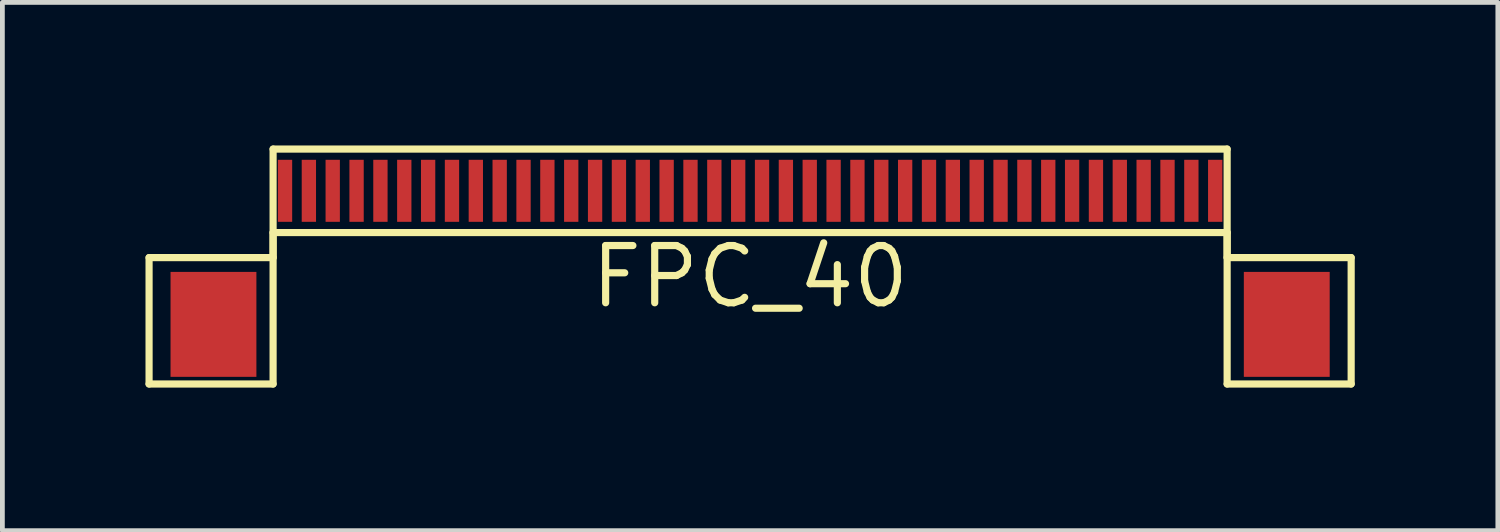
<source format=kicad_pcb>
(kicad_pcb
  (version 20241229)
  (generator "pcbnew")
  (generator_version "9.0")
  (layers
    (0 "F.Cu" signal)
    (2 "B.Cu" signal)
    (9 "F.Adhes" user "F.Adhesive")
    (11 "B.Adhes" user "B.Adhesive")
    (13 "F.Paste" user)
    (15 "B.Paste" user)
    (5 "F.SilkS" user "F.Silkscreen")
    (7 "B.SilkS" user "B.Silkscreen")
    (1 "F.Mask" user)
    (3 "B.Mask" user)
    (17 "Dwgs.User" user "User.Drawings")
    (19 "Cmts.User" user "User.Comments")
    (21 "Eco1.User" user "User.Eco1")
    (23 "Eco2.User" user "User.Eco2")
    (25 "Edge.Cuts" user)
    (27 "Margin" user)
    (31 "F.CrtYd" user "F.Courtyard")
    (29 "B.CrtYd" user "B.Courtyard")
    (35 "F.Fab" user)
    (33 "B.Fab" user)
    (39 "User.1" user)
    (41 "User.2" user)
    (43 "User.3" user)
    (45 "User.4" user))
  (footprint "FPC_40"
    (layer "F.Cu")
    (at 12.675 0.95)
    (property "Reference" "FPC_40" (at 0 1.8 0) (layer "F.SilkS") (effects (font (size 1.2 1.2) (thickness 0.15))))
    (attr through_hole)
    (fp_line (start -12.6 1.4) (end -10 1.4) (stroke (width 0.15) (type solid)) (layer "F.SilkS"))
    (fp_line (start -12.6 4.05) (end -12.6 1.4) (stroke (width 0.15) (type solid)) (layer "F.SilkS"))
    (fp_line (start -10 -0.875) (end 10 -0.875) (stroke (width 0.15) (type solid)) (layer "F.SilkS"))
    (fp_line (start -10 0.875) (end -10 4.05) (stroke (width 0.15) (type solid)) (layer "F.SilkS"))
    (fp_line (start -10 0.875) (end 10 0.875) (stroke (width 0.15) (type solid)) (layer "F.SilkS"))
    (fp_line (start -10 1.4) (end -10 -0.875) (stroke (width 0.15) (type solid)) (layer "F.SilkS"))
    (fp_line (start -10 4.05) (end -12.6 4.05) (stroke (width 0.15) (type solid)) (layer "F.SilkS"))
    (fp_line (start 10 0.875) (end 10 4.05) (stroke (width 0.15) (type solid)) (layer "F.SilkS"))
    (fp_line (start 10 1.4) (end 10 -0.875) (stroke (width 0.15) (type solid)) (layer "F.SilkS"))
    (fp_line (start 10 4.05) (end 12.6 4.05) (stroke (width 0.15) (type solid)) (layer "F.SilkS"))
    (fp_line (start 12.6 1.4) (end 10 1.4) (stroke (width 0.15) (type solid)) (layer "F.SilkS"))
    (fp_line (start 12.6 4.05) (end 12.6 1.4) (stroke (width 0.15) (type solid)) (layer "F.SilkS"))
    (pad "0" smd rect (at -11.25 2.8) (size 1.8 2.2) (layers "F.Cu" "F.Mask" "F.Paste"))
    (pad "0" smd rect (at 11.25 2.8) (size 1.8 2.2) (layers "F.Cu" "F.Mask" "F.Paste"))
    (pad "1" smd rect (at -9.75 0) (size 0.3 1.3) (layers "F.Cu" "F.Mask" "F.Paste"))
    (pad "2" smd rect (at -9.25 0) (size 0.3 1.3) (layers "F.Cu" "F.Mask" "F.Paste"))
    (pad "3" smd rect (at -8.75 0) (size 0.3 1.3) (layers "F.Cu" "F.Mask" "F.Paste"))
    (pad "4" smd rect (at -8.25 0) (size 0.3 1.3) (layers "F.Cu" "F.Mask" "F.Paste"))
    (pad "5" smd rect (at -7.75 0) (size 0.3 1.3) (layers "F.Cu" "F.Mask" "F.Paste"))
    (pad "6" smd rect (at -7.25 0) (size 0.3 1.3) (layers "F.Cu" "F.Mask" "F.Paste"))
    (pad "7" smd rect (at -6.75 0) (size 0.3 1.3) (layers "F.Cu" "F.Mask" "F.Paste"))
    (pad "8" smd rect (at -6.25 0) (size 0.3 1.3) (layers "F.Cu" "F.Mask" "F.Paste"))
    (pad "9" smd rect (at -5.75 0) (size 0.3 1.3) (layers "F.Cu" "F.Mask" "F.Paste"))
    (pad "10" smd rect (at -5.25 0) (size 0.3 1.3) (layers "F.Cu" "F.Mask" "F.Paste"))
    (pad "11" smd rect (at -4.75 0) (size 0.3 1.3) (layers "F.Cu" "F.Mask" "F.Paste"))
    (pad "12" smd rect (at -4.25 0) (size 0.3 1.3) (layers "F.Cu" "F.Mask" "F.Paste"))
    (pad "13" smd rect (at -3.75 0) (size 0.3 1.3) (layers "F.Cu" "F.Mask" "F.Paste"))
    (pad "14" smd rect (at -3.25 0) (size 0.3 1.3) (layers "F.Cu" "F.Mask" "F.Paste"))
    (pad "15" smd rect (at -2.75 0) (size 0.3 1.3) (layers "F.Cu" "F.Mask" "F.Paste"))
    (pad "16" smd rect (at -2.25 0) (size 0.3 1.3) (layers "F.Cu" "F.Mask" "F.Paste"))
    (pad "17" smd rect (at -1.75 0) (size 0.3 1.3) (layers "F.Cu" "F.Mask" "F.Paste"))
    (pad "18" smd rect (at -1.25 0) (size 0.3 1.3) (layers "F.Cu" "F.Mask" "F.Paste"))
    (pad "19" smd rect (at -0.75 0) (size 0.3 1.3) (layers "F.Cu" "F.Mask" "F.Paste"))
    (pad "20" smd rect (at -0.25 0) (size 0.3 1.3) (layers "F.Cu" "F.Mask" "F.Paste"))
    (pad "21" smd rect (at 0.25 0) (size 0.3 1.3) (layers "F.Cu" "F.Mask" "F.Paste"))
    (pad "22" smd rect (at 0.75 0) (size 0.3 1.3) (layers "F.Cu" "F.Mask" "F.Paste"))
    (pad "23" smd rect (at 1.25 0) (size 0.3 1.3) (layers "F.Cu" "F.Mask" "F.Paste"))
    (pad "24" smd rect (at 1.75 0) (size 0.3 1.3) (layers "F.Cu" "F.Mask" "F.Paste"))
    (pad "25" smd rect (at 2.25 0) (size 0.3 1.3) (layers "F.Cu" "F.Mask" "F.Paste"))
    (pad "26" smd rect (at 2.75 0) (size 0.3 1.3) (layers "F.Cu" "F.Mask" "F.Paste"))
    (pad "27" smd rect (at 3.25 0) (size 0.3 1.3) (layers "F.Cu" "F.Mask" "F.Paste"))
    (pad "28" smd rect (at 3.75 0) (size 0.3 1.3) (layers "F.Cu" "F.Mask" "F.Paste"))
    (pad "29" smd rect (at 4.25 0) (size 0.3 1.3) (layers "F.Cu" "F.Mask" "F.Paste"))
    (pad "30" smd rect (at 4.75 0) (size 0.3 1.3) (layers "F.Cu" "F.Mask" "F.Paste"))
    (pad "31" smd rect (at 5.25 0) (size 0.3 1.3) (layers "F.Cu" "F.Mask" "F.Paste"))
    (pad "32" smd rect (at 5.75 0) (size 0.3 1.3) (layers "F.Cu" "F.Mask" "F.Paste"))
    (pad "33" smd rect (at 6.25 0) (size 0.3 1.3) (layers "F.Cu" "F.Mask" "F.Paste"))
    (pad "34" smd rect (at 6.75 0) (size 0.3 1.3) (layers "F.Cu" "F.Mask" "F.Paste"))
    (pad "35" smd rect (at 7.25 0) (size 0.3 1.3) (layers "F.Cu" "F.Mask" "F.Paste"))
    (pad "36" smd rect (at 7.75 0) (size 0.3 1.3) (layers "F.Cu" "F.Mask" "F.Paste"))
    (pad "37" smd rect (at 8.25 0) (size 0.3 1.3) (layers "F.Cu" "F.Mask" "F.Paste"))
    (pad "38" smd rect (at 8.75 0) (size 0.3 1.3) (layers "F.Cu" "F.Mask" "F.Paste"))
    (pad "39" smd rect (at 9.25 0) (size 0.3 1.3) (layers "F.Cu" "F.Mask" "F.Paste"))
    (pad "40" smd rect (at 9.75 0) (size 0.3 1.3) (layers "F.Cu" "F.Mask" "F.Paste")))
  (gr_rect
    (start -3 -3)
    (end 28.35 8.075)
    (stroke (width 0.1) (type default))
    (fill no)
    (layer "Edge.Cuts")))
</source>
